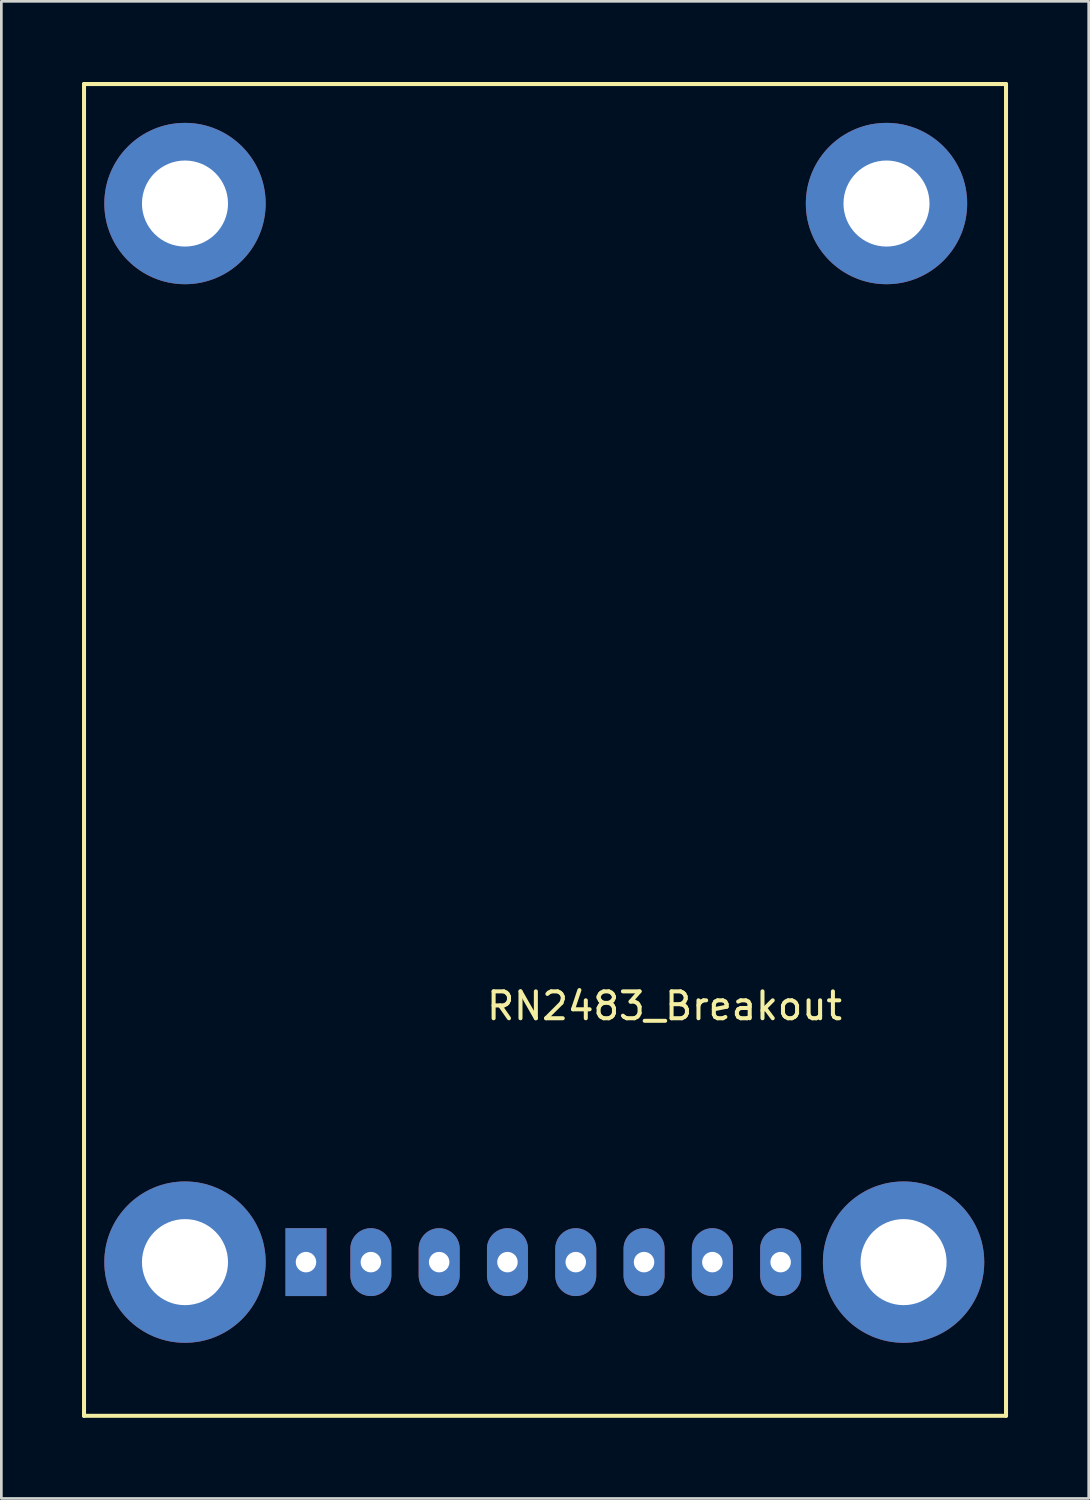
<source format=kicad_pcb>
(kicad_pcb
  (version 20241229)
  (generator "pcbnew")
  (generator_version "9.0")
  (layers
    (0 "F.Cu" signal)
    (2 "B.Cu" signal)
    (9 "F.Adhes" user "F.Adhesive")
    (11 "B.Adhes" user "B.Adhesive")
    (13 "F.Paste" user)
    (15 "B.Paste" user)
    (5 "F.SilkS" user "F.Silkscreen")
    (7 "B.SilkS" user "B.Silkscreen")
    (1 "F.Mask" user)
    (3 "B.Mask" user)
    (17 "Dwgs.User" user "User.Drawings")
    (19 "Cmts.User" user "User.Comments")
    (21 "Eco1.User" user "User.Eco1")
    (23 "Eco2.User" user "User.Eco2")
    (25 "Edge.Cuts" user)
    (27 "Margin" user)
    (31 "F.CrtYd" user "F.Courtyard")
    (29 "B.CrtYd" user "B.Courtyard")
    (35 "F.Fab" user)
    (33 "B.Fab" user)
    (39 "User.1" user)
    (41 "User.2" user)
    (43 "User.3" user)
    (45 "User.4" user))
  (footprint "RN2483_Breakout"
    (layer "F.Cu")
    (at 8.33 43.89)
    (property "Reference" "RN2483_Breakout" (at 13.335 -9.525 0) (layer "F.SilkS") (effects (font (size 1 1) (thickness 0.15))))
    (attr through_hole)
    (fp_line (start -8.255 -43.815) (end -8.255 5.715) (stroke (width 0.15) (type solid)) (layer "F.SilkS"))
    (fp_line (start -8.255 5.715) (end 26.035 5.715) (stroke (width 0.15) (type solid)) (layer "F.SilkS"))
    (fp_line (start 26.035 -43.815) (end -8.255 -43.815) (stroke (width 0.15) (type solid)) (layer "F.SilkS"))
    (fp_line (start 26.035 5.715) (end 26.035 -43.815) (stroke (width 0.15) (type solid)) (layer "F.SilkS"))
    (pad "" np_thru_hole circle (at -4.5 -39.37) (size 6 6) (drill 3.2) (layers "*.Cu" "*.Mask"))
    (pad "" np_thru_hole circle (at -4.5 0) (size 6 6) (drill 3.2) (layers "*.Cu" "*.Mask"))
    (pad "" np_thru_hole circle (at 21.59 -39.37) (size 6 6) (drill 3.2) (layers "*.Cu" "*.Mask"))
    (pad "" np_thru_hole circle (at 22.225 0) (size 6 6) (drill 3.2) (layers "*.Cu" "*.Mask"))
    (pad "1" thru_hole rect (at 0 0) (size 1.524 2.524) (drill 0.762) (layers "*.Cu" "*.Mask"))
    (pad "2" thru_hole oval (at 2.413 0) (size 1.524 2.524) (drill 0.762) (layers "*.Cu" "*.Mask"))
    (pad "3" thru_hole oval (at 4.953 0) (size 1.524 2.524) (drill 0.762) (layers "*.Cu" "*.Mask"))
    (pad "4" thru_hole oval (at 7.493 0) (size 1.524 2.524) (drill 0.762) (layers "*.Cu" "*.Mask"))
    (pad "5" thru_hole oval (at 10.033 0) (size 1.524 2.524) (drill 0.762) (layers "*.Cu" "*.Mask"))
    (pad "6" thru_hole oval (at 12.573 0) (size 1.524 2.524) (drill 0.762) (layers "*.Cu" "*.Mask"))
    (pad "7" thru_hole oval (at 15.113 0) (size 1.524 2.524) (drill 0.762) (layers "*.Cu" "*.Mask"))
    (pad "8" thru_hole oval (at 17.653 0) (size 1.524 2.524) (drill 0.762) (layers "*.Cu" "*.Mask")))
  (gr_rect
    (start -3 -3)
    (end 37.44 52.68)
    (stroke (width 0.1) (type default))
    (fill no)
    (layer "Edge.Cuts")))
</source>
